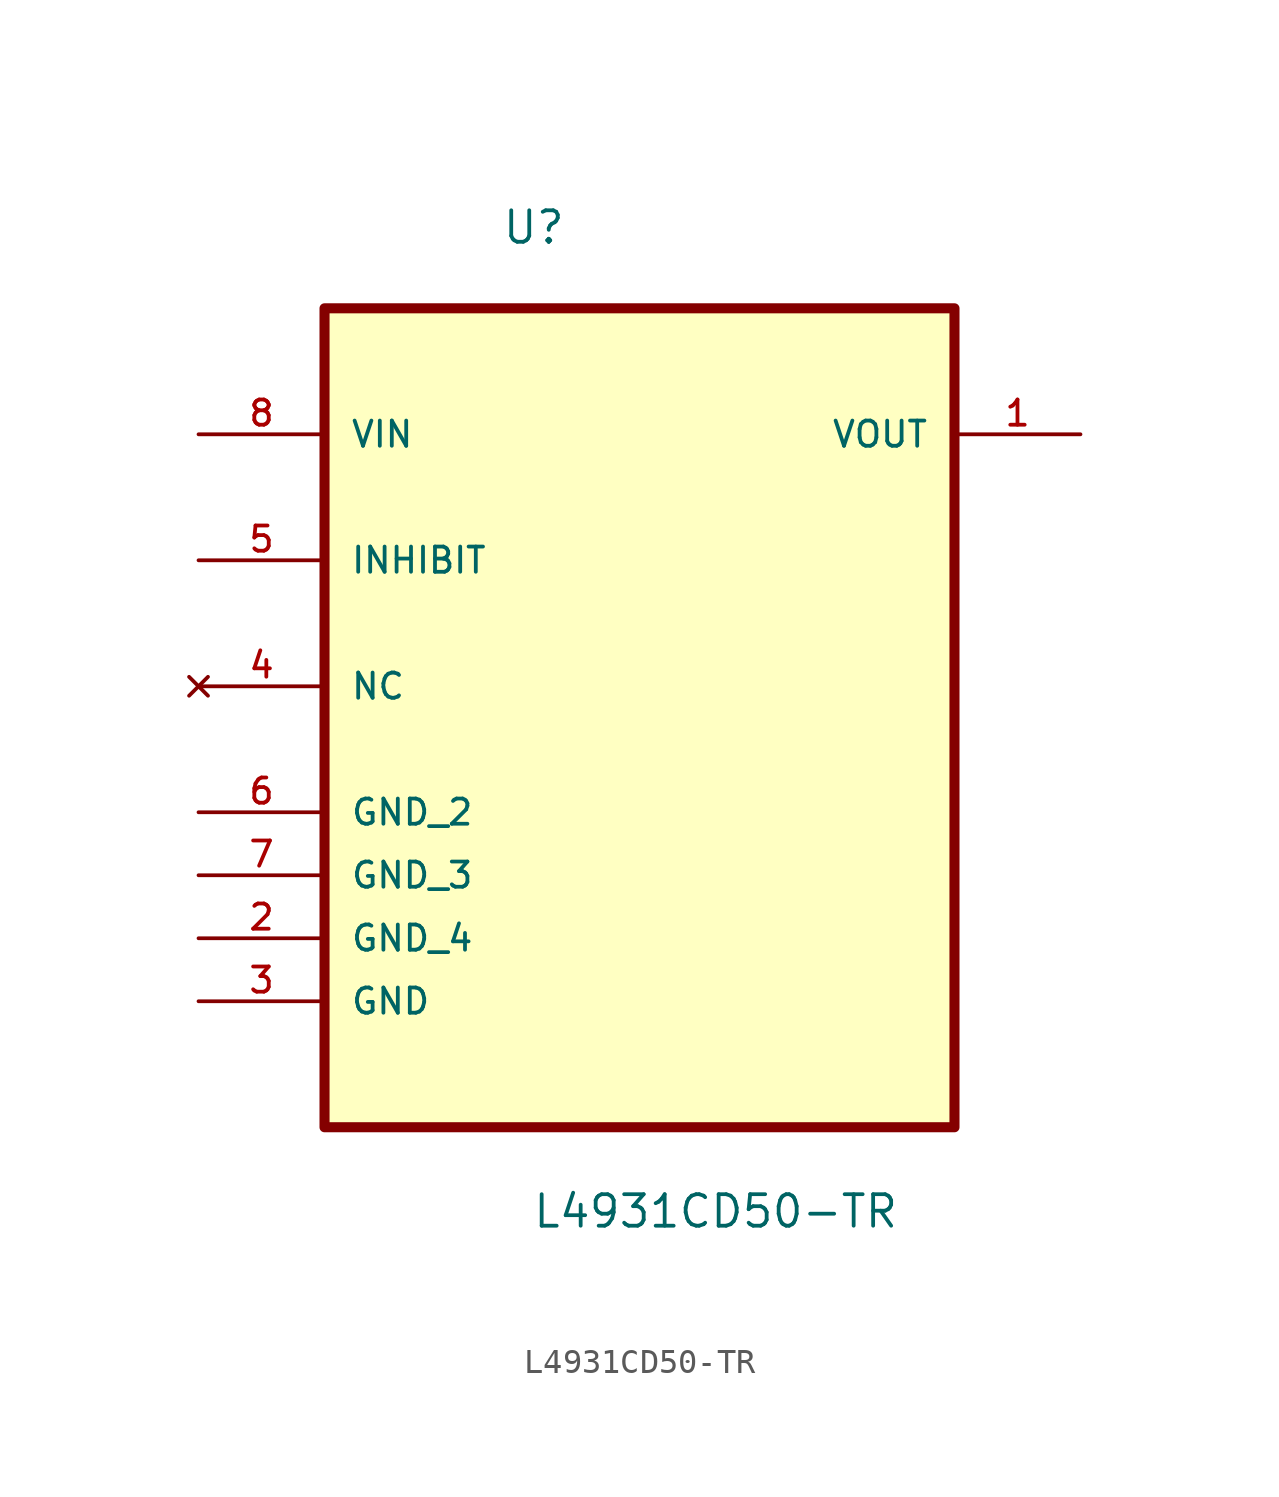
<source format=kicad_sym>
(kicad_symbol_lib
  (version 20211014)
  (generator kicad_symbol_editor)
  (symbol "L4931CD50-TR"
    (pin_names
      (offset 1.016))
    (property "Reference" "U"
      (at -5.574 15.219 0.0)
      (effects (font (size 1.27 1.27)) (justify bottom left)))
    (property "Value" "L4931CD50-TR"
      (at -4.347 -24.453 0.0)
      (effects (font (size 1.27 1.27)) (justify bottom left)))
    (symbol "L4931CD50-TR_0_0"
      (rectangle (start -12.7 -20.32) (end 12.7 12.7) (stroke (width 0.406)) (fill (type background)))
      (pin power_in line (at -17.78 7.62 0) (length 5.08) (name "VIN" (effects (font (size 1.016 1.016)))) (number "8" (effects (font (size 1.016 1.016)))))
      (pin passive line (at -17.78 2.54 0) (length 5.08) (name "INHIBIT" (effects (font (size 1.016 1.016)))) (number "5" (effects (font (size 1.016 1.016)))))
      (pin no_connect line (at -17.78 -2.54 0) (length 5.08) (name "NC" (effects (font (size 1.016 1.016)))) (number "4" (effects (font (size 1.016 1.016)))))
      (pin passive line (at -17.78 -7.62 0) (length 5.08) (name "GND_2" (effects (font (size 1.016 1.016)))) (number "6" (effects (font (size 1.016 1.016)))))
      (pin passive line (at -17.78 -10.16 0) (length 5.08) (name "GND_3" (effects (font (size 1.016 1.016)))) (number "7" (effects (font (size 1.016 1.016)))))
      (pin passive line (at -17.78 -12.7 0) (length 5.08) (name "GND_4" (effects (font (size 1.016 1.016)))) (number "2" (effects (font (size 1.016 1.016)))))
      (pin passive line (at -17.78 -15.24 0) (length 5.08) (name "GND" (effects (font (size 1.016 1.016)))) (number "3" (effects (font (size 1.016 1.016)))))
      (pin output line (at 17.78 7.62 180.0) (length 5.08) (name "VOUT" (effects (font (size 1.016 1.016)))) (number "1" (effects (font (size 1.016 1.016))))))))
</source>
